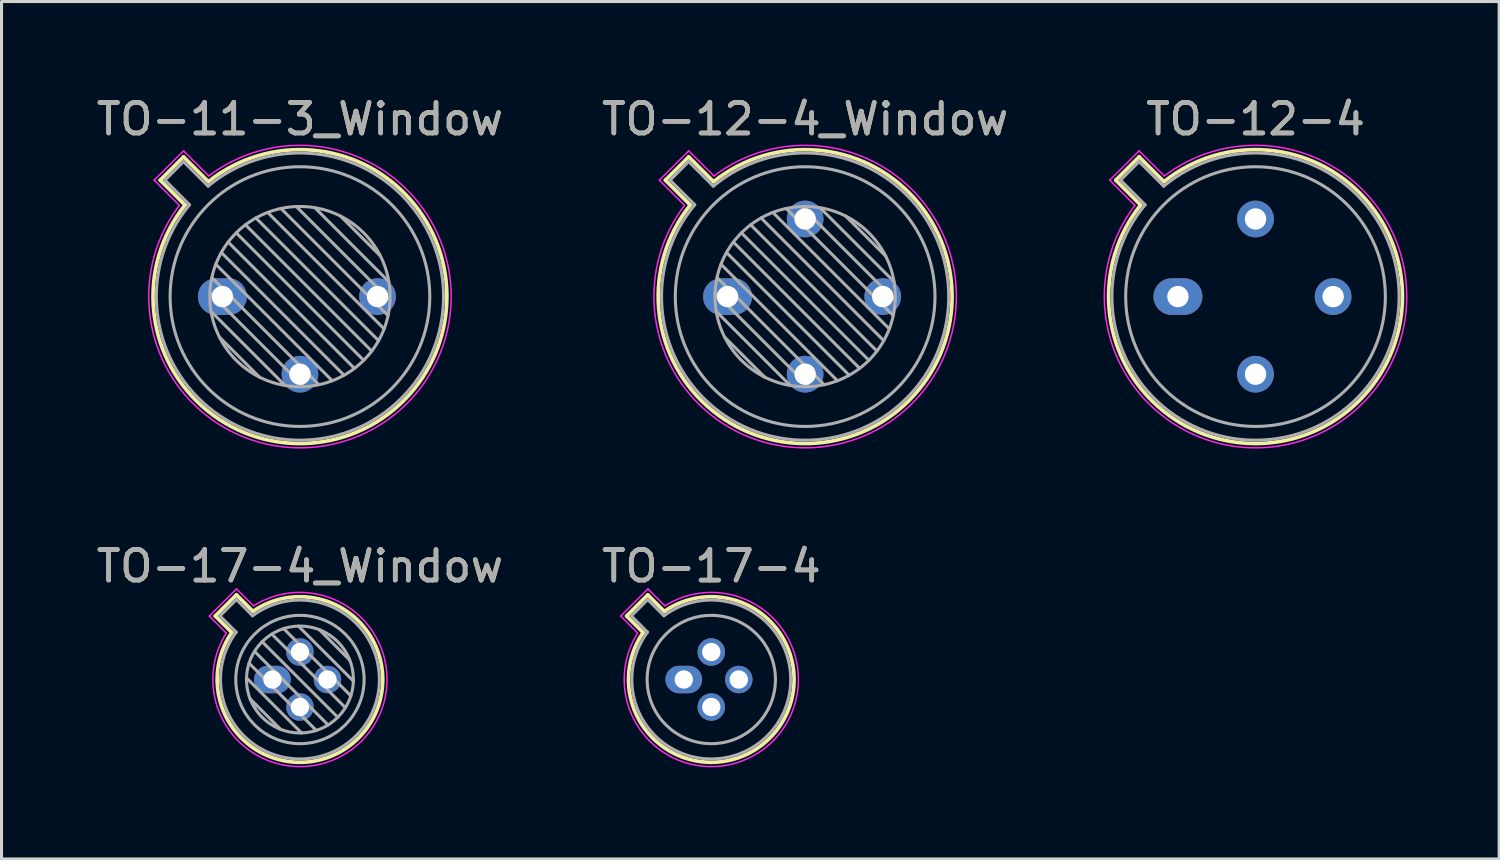
<source format=kicad_pcb>
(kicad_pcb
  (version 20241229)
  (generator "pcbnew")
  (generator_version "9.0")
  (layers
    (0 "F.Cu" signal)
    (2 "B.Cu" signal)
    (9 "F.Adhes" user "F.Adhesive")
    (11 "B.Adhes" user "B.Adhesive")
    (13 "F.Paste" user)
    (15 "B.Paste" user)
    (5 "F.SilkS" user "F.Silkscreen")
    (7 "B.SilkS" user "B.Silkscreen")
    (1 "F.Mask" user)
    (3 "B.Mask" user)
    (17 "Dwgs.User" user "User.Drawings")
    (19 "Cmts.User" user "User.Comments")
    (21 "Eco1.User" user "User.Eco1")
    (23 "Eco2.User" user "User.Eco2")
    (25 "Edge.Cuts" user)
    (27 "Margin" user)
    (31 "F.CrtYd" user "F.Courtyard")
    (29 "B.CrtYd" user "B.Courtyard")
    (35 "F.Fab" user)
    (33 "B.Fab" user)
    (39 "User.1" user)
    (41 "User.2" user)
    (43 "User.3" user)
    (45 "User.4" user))
  (footprint "TO-12-4"
    (layer "F.Cu")
    (at 35.506 6.658)
    (property "Reference" "TO-12-4" (at 2.54 -5.81 0) (layer "F.SilkS") (effects (font (size 1 1) (thickness 0.15))))
    (attr through_hole)
    (fp_line (start -2.035 -3.811) (end -1.222 -2.998) (stroke (width 0.12) (type solid)) (layer "F.SilkS"))
    (fp_line (start -1.271 -4.575) (end -2.035 -3.811) (stroke (width 0.12) (type solid)) (layer "F.SilkS"))
    (fp_line (start -0.458 -3.762) (end -1.271 -4.575) (stroke (width 0.12) (type solid)) (layer "F.SilkS"))
    (fp_arc (start -0.457844 -3.76152) (mid 5.941184 3.401184) (end -1.22152 -2.997844) (stroke (width 0.12) (type solid)) (layer "F.SilkS"))
    (fp_line (start -2.231 -3.81) (end -1.408 -2.986) (stroke (width 0.05) (type solid)) (layer "F.CrtYd"))
    (fp_line (start -1.27 -4.771) (end -2.231 -3.81) (stroke (width 0.05) (type solid)) (layer "F.CrtYd"))
    (fp_line (start -0.446 -3.948) (end -1.27 -4.771) (stroke (width 0.05) (type solid)) (layer "F.CrtYd"))
    (fp_arc (start -0.446162 -3.947827) (mid 6.040179 3.500179) (end -1.407827 -2.986162) (stroke (width 0.05) (type solid)) (layer "F.CrtYd"))
    (fp_line (start -1.88 -3.812) (end -1.074 -3.005) (stroke (width 0.1) (type solid)) (layer "F.Fab"))
    (fp_line (start -1.272 -4.42) (end -1.88 -3.812) (stroke (width 0.1) (type solid)) (layer "F.Fab"))
    (fp_line (start -0.465 -3.614) (end -1.272 -4.42) (stroke (width 0.1) (type solid)) (layer "F.Fab"))
    (fp_arc (start -0.465408 -3.61352) (mid 5.863402 3.323402) (end -1.07352 -3.005408) (stroke (width 0.1) (type solid)) (layer "F.Fab"))
    (fp_circle (center 2.54 0) (end 6.79 0) (stroke (width 0.1) (type solid)) (fill no) (layer "F.Fab"))
    (fp_text user "${REFERENCE}" (at 2.54 -5.81 0) (layer "F.Fab") (effects (font (size 1 1) (thickness 0.15))))
    (pad "1" thru_hole oval (at 0 0) (size 1.6 1.2) (drill 0.7) (layers "*.Cu" "*.Mask"))
    (pad "2" thru_hole circle (at 2.54 2.54) (size 1.2 1.2) (drill 0.7) (layers "*.Cu" "*.Mask"))
    (pad "3" thru_hole circle (at 5.08 0) (size 1.2 1.2) (drill 0.7) (layers "*.Cu" "*.Mask"))
    (pad "4" thru_hole circle (at 2.54 -2.54) (size 1.2 1.2) (drill 0.7) (layers "*.Cu" "*.Mask")))
  (footprint "TO-12-4_Window"
    (layer "F.Cu")
    (at 20.764 6.658)
    (property "Reference" "TO-12-4_Window" (at 2.54 -5.81 0) (layer "F.SilkS") (effects (font (size 1 1) (thickness 0.15))))
    (attr through_hole)
    (fp_line (start -2.035 -3.811) (end -1.222 -2.998) (stroke (width 0.12) (type solid)) (layer "F.SilkS"))
    (fp_line (start -1.271 -4.575) (end -2.035 -3.811) (stroke (width 0.12) (type solid)) (layer "F.SilkS"))
    (fp_line (start -0.458 -3.762) (end -1.271 -4.575) (stroke (width 0.12) (type solid)) (layer "F.SilkS"))
    (fp_arc (start -0.457844 -3.76152) (mid 5.941184 3.401184) (end -1.22152 -2.997844) (stroke (width 0.12) (type solid)) (layer "F.SilkS"))
    (fp_line (start -2.231 -3.81) (end -1.408 -2.986) (stroke (width 0.05) (type solid)) (layer "F.CrtYd"))
    (fp_line (start -1.27 -4.771) (end -2.231 -3.81) (stroke (width 0.05) (type solid)) (layer "F.CrtYd"))
    (fp_line (start -0.446 -3.948) (end -1.27 -4.771) (stroke (width 0.05) (type solid)) (layer "F.CrtYd"))
    (fp_arc (start -0.446162 -3.947827) (mid 6.040179 3.500179) (end -1.407827 -2.986162) (stroke (width 0.05) (type solid)) (layer "F.CrtYd"))
    (fp_line (start -1.88 -3.812) (end -1.074 -3.005) (stroke (width 0.1) (type solid)) (layer "F.Fab"))
    (fp_line (start -1.272 -4.42) (end -1.88 -3.812) (stroke (width 0.1) (type solid)) (layer "F.Fab"))
    (fp_line (start -0.465 -3.614) (end -1.272 -4.42) (stroke (width 0.1) (type solid)) (layer "F.Fab"))
    (fp_line (start -0.408 -0.12) (end 2.66 2.948) (stroke (width 0.1) (type solid)) (layer "F.Fab"))
    (fp_line (start -0.371 0.485) (end 2.055 2.911) (stroke (width 0.1) (type solid)) (layer "F.Fab"))
    (fp_line (start -0.344 -0.622) (end 3.162 2.884) (stroke (width 0.1) (type solid)) (layer "F.Fab"))
    (fp_line (start -0.215 -1.058) (end 3.598 2.755) (stroke (width 0.1) (type solid)) (layer "F.Fab"))
    (fp_line (start -0.097 1.324) (end 1.216 2.637) (stroke (width 0.1) (type solid)) (layer "F.Fab"))
    (fp_line (start -0.034 -1.443) (end 3.983 2.574) (stroke (width 0.1) (type solid)) (layer "F.Fab"))
    (fp_line (start 0.19 -1.784) (end 4.324 2.35) (stroke (width 0.1) (type solid)) (layer "F.Fab"))
    (fp_line (start 0.454 -2.086) (end 4.626 2.086) (stroke (width 0.1) (type solid)) (layer "F.Fab"))
    (fp_line (start 0.756 -2.35) (end 4.89 1.784) (stroke (width 0.1) (type solid)) (layer "F.Fab"))
    (fp_line (start 1.097 -2.574) (end 5.114 1.443) (stroke (width 0.1) (type solid)) (layer "F.Fab"))
    (fp_line (start 1.482 -2.755) (end 5.295 1.058) (stroke (width 0.1) (type solid)) (layer "F.Fab"))
    (fp_line (start 1.918 -2.884) (end 5.424 0.622) (stroke (width 0.1) (type solid)) (layer "F.Fab"))
    (fp_line (start 2.42 -2.948) (end 5.488 0.12) (stroke (width 0.1) (type solid)) (layer "F.Fab"))
    (fp_line (start 3.025 -2.911) (end 5.451 -0.485) (stroke (width 0.1) (type solid)) (layer "F.Fab"))
    (fp_line (start 3.864 -2.637) (end 5.177 -1.324) (stroke (width 0.1) (type solid)) (layer "F.Fab"))
    (fp_arc (start -0.465408 -3.61352) (mid 5.863402 3.323402) (end -1.07352 -3.005408) (stroke (width 0.1) (type solid)) (layer "F.Fab"))
    (fp_circle (center 2.54 0) (end 5.49 0) (stroke (width 0.1) (type solid)) (fill no) (layer "F.Fab"))
    (fp_circle (center 2.54 0) (end 6.79 0) (stroke (width 0.1) (type solid)) (fill no) (layer "F.Fab"))
    (fp_text user "${REFERENCE}" (at 2.54 -5.81 0) (layer "F.Fab") (effects (font (size 1 1) (thickness 0.15))))
    (pad "1" thru_hole oval (at 0 0) (size 1.6 1.2) (drill 0.7) (layers "*.Cu" "*.Mask"))
    (pad "2" thru_hole circle (at 2.54 2.54) (size 1.2 1.2) (drill 0.7) (layers "*.Cu" "*.Mask"))
    (pad "3" thru_hole circle (at 5.08 0) (size 1.2 1.2) (drill 0.7) (layers "*.Cu" "*.Mask"))
    (pad "4" thru_hole circle (at 2.54 -2.54) (size 1.2 1.2) (drill 0.7) (layers "*.Cu" "*.Mask")))
  (footprint "TO-11-3_Window"
    (layer "F.Cu")
    (at 4.228 6.658)
    (property "Reference" "TO-11-3_Window" (at 2.54 -5.81 0) (layer "F.SilkS") (effects (font (size 1 1) (thickness 0.15))))
    (attr through_hole)
    (fp_line (start -2.035 -3.811) (end -1.222 -2.998) (stroke (width 0.12) (type solid)) (layer "F.SilkS"))
    (fp_line (start -1.271 -4.575) (end -2.035 -3.811) (stroke (width 0.12) (type solid)) (layer "F.SilkS"))
    (fp_line (start -0.458 -3.762) (end -1.271 -4.575) (stroke (width 0.12) (type solid)) (layer "F.SilkS"))
    (fp_arc (start -0.457844 -3.76152) (mid 5.941184 3.401184) (end -1.22152 -2.997844) (stroke (width 0.12) (type solid)) (layer "F.SilkS"))
    (fp_line (start -2.231 -3.81) (end -1.408 -2.986) (stroke (width 0.05) (type solid)) (layer "F.CrtYd"))
    (fp_line (start -1.27 -4.771) (end -2.231 -3.81) (stroke (width 0.05) (type solid)) (layer "F.CrtYd"))
    (fp_line (start -0.446 -3.948) (end -1.27 -4.771) (stroke (width 0.05) (type solid)) (layer "F.CrtYd"))
    (fp_arc (start -0.446162 -3.947827) (mid 6.040179 3.500179) (end -1.407827 -2.986162) (stroke (width 0.05) (type solid)) (layer "F.CrtYd"))
    (fp_line (start -1.88 -3.812) (end -1.074 -3.005) (stroke (width 0.1) (type solid)) (layer "F.Fab"))
    (fp_line (start -1.272 -4.42) (end -1.88 -3.812) (stroke (width 0.1) (type solid)) (layer "F.Fab"))
    (fp_line (start -0.465 -3.614) (end -1.272 -4.42) (stroke (width 0.1) (type solid)) (layer "F.Fab"))
    (fp_line (start -0.408 -0.12) (end 2.66 2.948) (stroke (width 0.1) (type solid)) (layer "F.Fab"))
    (fp_line (start -0.371 0.485) (end 2.055 2.911) (stroke (width 0.1) (type solid)) (layer "F.Fab"))
    (fp_line (start -0.344 -0.622) (end 3.162 2.884) (stroke (width 0.1) (type solid)) (layer "F.Fab"))
    (fp_line (start -0.215 -1.058) (end 3.598 2.755) (stroke (width 0.1) (type solid)) (layer "F.Fab"))
    (fp_line (start -0.097 1.324) (end 1.216 2.637) (stroke (width 0.1) (type solid)) (layer "F.Fab"))
    (fp_line (start -0.034 -1.443) (end 3.983 2.574) (stroke (width 0.1) (type solid)) (layer "F.Fab"))
    (fp_line (start 0.19 -1.784) (end 4.324 2.35) (stroke (width 0.1) (type solid)) (layer "F.Fab"))
    (fp_line (start 0.454 -2.086) (end 4.626 2.086) (stroke (width 0.1) (type solid)) (layer "F.Fab"))
    (fp_line (start 0.756 -2.35) (end 4.89 1.784) (stroke (width 0.1) (type solid)) (layer "F.Fab"))
    (fp_line (start 1.097 -2.574) (end 5.114 1.443) (stroke (width 0.1) (type solid)) (layer "F.Fab"))
    (fp_line (start 1.482 -2.755) (end 5.295 1.058) (stroke (width 0.1) (type solid)) (layer "F.Fab"))
    (fp_line (start 1.918 -2.884) (end 5.424 0.622) (stroke (width 0.1) (type solid)) (layer "F.Fab"))
    (fp_line (start 2.42 -2.948) (end 5.488 0.12) (stroke (width 0.1) (type solid)) (layer "F.Fab"))
    (fp_line (start 3.025 -2.911) (end 5.451 -0.485) (stroke (width 0.1) (type solid)) (layer "F.Fab"))
    (fp_line (start 3.864 -2.637) (end 5.177 -1.324) (stroke (width 0.1) (type solid)) (layer "F.Fab"))
    (fp_arc (start -0.465408 -3.61352) (mid 5.863402 3.323402) (end -1.07352 -3.005408) (stroke (width 0.1) (type solid)) (layer "F.Fab"))
    (fp_circle (center 2.54 0) (end 5.49 0) (stroke (width 0.1) (type solid)) (fill no) (layer "F.Fab"))
    (fp_circle (center 2.54 0) (end 6.79 0) (stroke (width 0.1) (type solid)) (fill no) (layer "F.Fab"))
    (fp_text user "${REFERENCE}" (at 2.54 -5.81 0) (layer "F.Fab") (effects (font (size 1 1) (thickness 0.15))))
    (pad "1" thru_hole oval (at 0 0) (size 1.6 1.2) (drill 0.7) (layers "*.Cu" "*.Mask"))
    (pad "2" thru_hole circle (at 2.54 2.54) (size 1.2 1.2) (drill 0.7) (layers "*.Cu" "*.Mask"))
    (pad "3" thru_hole circle (at 5.08 0) (size 1.2 1.2) (drill 0.7) (layers "*.Cu" "*.Mask")))
  (footprint "TO-17-4"
    (layer "F.Cu")
    (at 19.332 19.192)
    (property "Reference" "TO-17-4" (at 0.9 -3.71 0) (layer "F.SilkS") (effects (font (size 1 1) (thickness 0.15))))
    (attr through_hole)
    (fp_line (start -1.872 -2.079) (end -1.331 -1.538) (stroke (width 0.12) (type solid)) (layer "F.SilkS"))
    (fp_line (start -1.179 -2.772) (end -1.872 -2.079) (stroke (width 0.12) (type solid)) (layer "F.SilkS"))
    (fp_line (start -0.638 -2.231) (end -1.179 -2.772) (stroke (width 0.12) (type solid)) (layer "F.SilkS"))
    (fp_arc (start -0.638193 -2.231157) (mid 2.816259 1.916259) (end -1.331157 -1.538193) (stroke (width 0.12) (type solid)) (layer "F.SilkS"))
    (fp_line (start -2.067 -2.076) (end -1.511 -1.52) (stroke (width 0.05) (type solid)) (layer "F.CrtYd"))
    (fp_line (start -1.176 -2.967) (end -2.067 -2.076) (stroke (width 0.05) (type solid)) (layer "F.CrtYd"))
    (fp_line (start -0.62 -2.411) (end -1.176 -2.967) (stroke (width 0.05) (type solid)) (layer "F.CrtYd"))
    (fp_arc (start -0.619923 -2.410878) (mid 2.915254 2.015254) (end -1.510878 -1.519923) (stroke (width 0.05) (type solid)) (layer "F.CrtYd"))
    (fp_line (start -1.718 -2.08) (end -1.187 -1.55) (stroke (width 0.1) (type solid)) (layer "F.Fab"))
    (fp_line (start -1.18 -2.618) (end -1.718 -2.08) (stroke (width 0.1) (type solid)) (layer "F.Fab"))
    (fp_line (start -0.65 -2.087) (end -1.18 -2.618) (stroke (width 0.1) (type solid)) (layer "F.Fab"))
    (fp_arc (start -0.650035 -2.087436) (mid 2.738478 1.838478) (end -1.187436 -1.550035) (stroke (width 0.1) (type solid)) (layer "F.Fab"))
    (fp_circle (center 0.9 0) (end 3 0) (stroke (width 0.1) (type solid)) (fill no) (layer "F.Fab"))
    (fp_text user "${REFERENCE}" (at 0.9 -3.71 0) (layer "F.Fab") (effects (font (size 1 1) (thickness 0.15))))
    (pad "1" thru_hole oval (at 0 0) (size 1.2 0.9) (drill 0.6) (layers "*.Cu" "*.Mask"))
    (pad "2" thru_hole circle (at 0.9 0.9) (size 0.9 0.9) (drill 0.6) (layers "*.Cu" "*.Mask"))
    (pad "3" thru_hole circle (at 1.8 0) (size 0.9 0.9) (drill 0.6) (layers "*.Cu" "*.Mask"))
    (pad "4" thru_hole circle (at 0.9 -0.9) (size 0.9 0.9) (drill 0.6) (layers "*.Cu" "*.Mask")))
  (footprint "TO-17-4_Window"
    (layer "F.Cu")
    (at 5.868 19.192)
    (property "Reference" "TO-17-4_Window" (at 0.9 -3.71 0) (layer "F.SilkS") (effects (font (size 1 1) (thickness 0.15))))
    (attr through_hole)
    (fp_line (start -1.872 -2.079) (end -1.331 -1.538) (stroke (width 0.12) (type solid)) (layer "F.SilkS"))
    (fp_line (start -1.179 -2.772) (end -1.872 -2.079) (stroke (width 0.12) (type solid)) (layer "F.SilkS"))
    (fp_line (start -0.638 -2.231) (end -1.179 -2.772) (stroke (width 0.12) (type solid)) (layer "F.SilkS"))
    (fp_arc (start -0.638193 -2.231157) (mid 2.816259 1.916259) (end -1.331157 -1.538193) (stroke (width 0.12) (type solid)) (layer "F.SilkS"))
    (fp_line (start -2.067 -2.076) (end -1.511 -1.52) (stroke (width 0.05) (type solid)) (layer "F.CrtYd"))
    (fp_line (start -1.176 -2.967) (end -2.067 -2.076) (stroke (width 0.05) (type solid)) (layer "F.CrtYd"))
    (fp_line (start -0.62 -2.411) (end -1.176 -2.967) (stroke (width 0.05) (type solid)) (layer "F.CrtYd"))
    (fp_arc (start -0.619923 -2.410878) (mid 2.915254 2.015254) (end -1.510878 -1.519923) (stroke (width 0.05) (type solid)) (layer "F.CrtYd"))
    (fp_line (start -1.718 -2.08) (end -1.187 -1.55) (stroke (width 0.1) (type solid)) (layer "F.Fab"))
    (fp_line (start -1.18 -2.618) (end -1.718 -2.08) (stroke (width 0.1) (type solid)) (layer "F.Fab"))
    (fp_line (start -0.85 -0.053) (end 0.953 1.75) (stroke (width 0.1) (type solid)) (layer "F.Fab"))
    (fp_line (start -0.767 -0.535) (end 1.435 1.667) (stroke (width 0.1) (type solid)) (layer "F.Fab"))
    (fp_line (start -0.733 0.631) (end 0.269 1.633) (stroke (width 0.1) (type solid)) (layer "F.Fab"))
    (fp_line (start -0.65 -2.087) (end -1.18 -2.618) (stroke (width 0.1) (type solid)) (layer "F.Fab"))
    (fp_line (start -0.588 -0.922) (end 1.822 1.488) (stroke (width 0.1) (type solid)) (layer "F.Fab"))
    (fp_line (start -0.338 -1.238) (end 2.138 1.238) (stroke (width 0.1) (type solid)) (layer "F.Fab"))
    (fp_line (start -0.022 -1.488) (end 2.388 0.922) (stroke (width 0.1) (type solid)) (layer "F.Fab"))
    (fp_line (start 0.365 -1.667) (end 2.567 0.535) (stroke (width 0.1) (type solid)) (layer "F.Fab"))
    (fp_line (start 0.847 -1.75) (end 2.65 0.053) (stroke (width 0.1) (type solid)) (layer "F.Fab"))
    (fp_line (start 1.531 -1.633) (end 2.533 -0.631) (stroke (width 0.1) (type solid)) (layer "F.Fab"))
    (fp_arc (start -0.650035 -2.087436) (mid 2.738478 1.838478) (end -1.187436 -1.550035) (stroke (width 0.1) (type solid)) (layer "F.Fab"))
    (fp_circle (center 0.9 0) (end 2.65 0) (stroke (width 0.1) (type solid)) (fill no) (layer "F.Fab"))
    (fp_circle (center 0.9 0) (end 3 0) (stroke (width 0.1) (type solid)) (fill no) (layer "F.Fab"))
    (fp_text user "${REFERENCE}" (at 0.9 -3.71 0) (layer "F.Fab") (effects (font (size 1 1) (thickness 0.15))))
    (pad "1" thru_hole oval (at 0 0) (size 1.2 0.9) (drill 0.6) (layers "*.Cu" "*.Mask"))
    (pad "2" thru_hole circle (at 0.9 0.9) (size 0.9 0.9) (drill 0.6) (layers "*.Cu" "*.Mask"))
    (pad "3" thru_hole circle (at 1.8 0) (size 0.9 0.9) (drill 0.6) (layers "*.Cu" "*.Mask"))
    (pad "4" thru_hole circle (at 0.9 -0.9) (size 0.9 0.9) (drill 0.6) (layers "*.Cu" "*.Mask")))
  (gr_rect
    (start -3 -3)
    (end 46.021 25.067)
    (stroke (width 0.1) (type default))
    (fill no)
    (layer "Edge.Cuts")))
</source>
